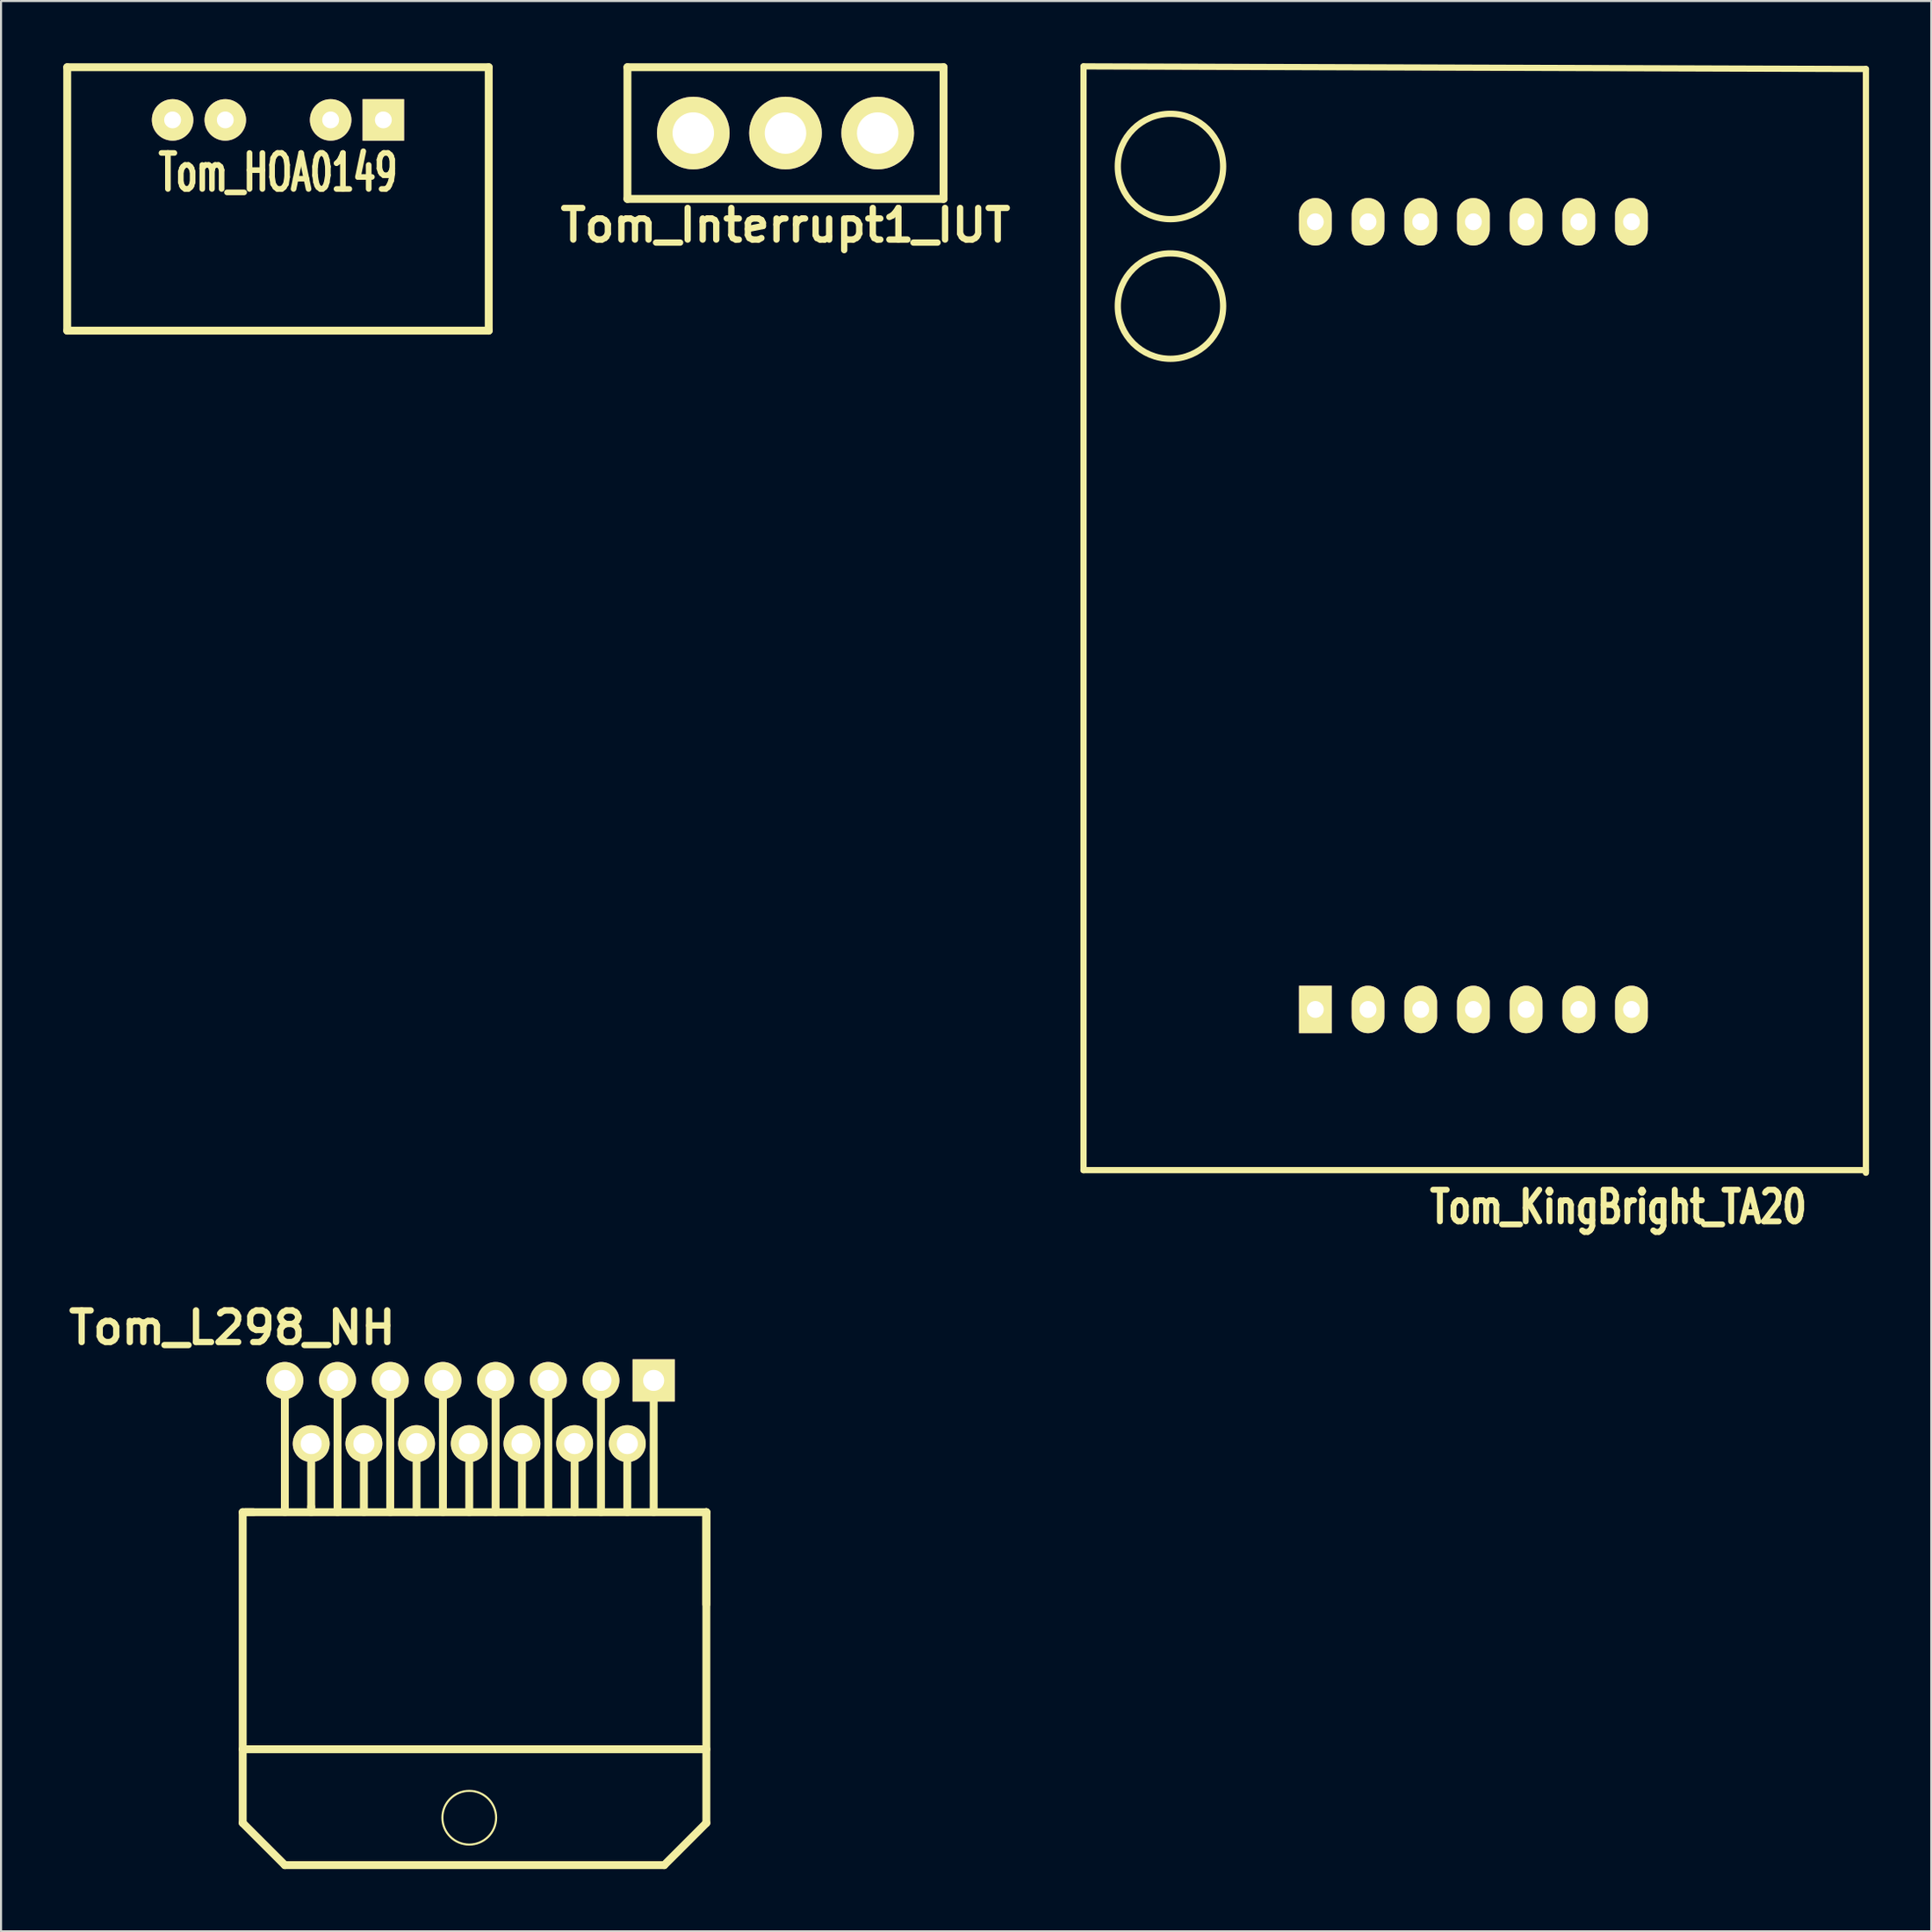
<source format=kicad_pcb>
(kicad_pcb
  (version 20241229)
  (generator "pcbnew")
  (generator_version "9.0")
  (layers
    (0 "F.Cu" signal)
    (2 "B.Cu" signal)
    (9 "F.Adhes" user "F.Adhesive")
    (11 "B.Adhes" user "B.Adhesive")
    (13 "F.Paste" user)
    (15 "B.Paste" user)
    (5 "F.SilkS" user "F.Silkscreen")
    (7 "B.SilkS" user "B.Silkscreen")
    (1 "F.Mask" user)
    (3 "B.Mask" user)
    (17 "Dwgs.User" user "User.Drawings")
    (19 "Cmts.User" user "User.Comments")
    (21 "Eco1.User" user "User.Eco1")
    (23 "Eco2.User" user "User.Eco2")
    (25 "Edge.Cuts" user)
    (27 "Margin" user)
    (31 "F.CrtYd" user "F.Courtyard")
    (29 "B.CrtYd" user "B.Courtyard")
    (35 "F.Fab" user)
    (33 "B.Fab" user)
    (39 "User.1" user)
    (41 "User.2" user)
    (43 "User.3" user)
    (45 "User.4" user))
  (footprint "Tom_Interrupt1_IUT"
    (layer "F.Cu")
    (at 34.819 6.54)
    (property "Reference" "Tom_Interrupt1_IUT" (at 0 1.27 0) (layer "F.SilkS") (effects (font (size 1.524 1.524) (thickness 0.305))))
    (attr through_hole)
    (fp_line (start -7.62 -6.35) (end -7.62 0) (stroke (width 0.381) (type solid)) (layer "F.SilkS"))
    (fp_line (start -7.62 0) (end 7.62 0) (stroke (width 0.381) (type solid)) (layer "F.SilkS"))
    (fp_line (start 7.62 -6.35) (end -7.62 -6.35) (stroke (width 0.381) (type solid)) (layer "F.SilkS"))
    (fp_line (start 7.62 0) (end 7.62 -6.35) (stroke (width 0.381) (type solid)) (layer "F.SilkS"))
    (pad "1" thru_hole circle (at 0 -3.175) (size 3.5 3.5) (drill 1.999) (layers "*.Cu" "*.Mask" "F.SilkS"))
    (pad "2" thru_hole circle (at -4.445 -3.175) (size 3.5 3.5) (drill 1.999) (layers "*.Cu" "*.Mask" "F.SilkS"))
    (pad "3" thru_hole circle (at 4.445 -3.175) (size 3.5 3.5) (drill 1.999) (layers "*.Cu" "*.Mask" "F.SilkS")))
  (footprint "Tom_L298_NH"
    (layer "F.Cu")
    (at 19.573 66.04)
    (property "Reference" "Tom_L298_NH" (at -11.43 -5.08 0) (layer "F.SilkS") (effects (font (size 1.524 1.524) (thickness 0.305))))
    (attr through_hole)
    (fp_line (start -10.922 3.81) (end -10.922 18.796) (stroke (width 0.381) (type solid)) (layer "F.SilkS"))
    (fp_line (start -10.922 3.81) (end -10.414 3.81) (stroke (width 0.381) (type solid)) (layer "F.SilkS"))
    (fp_line (start -10.922 15.24) (end 11.43 15.24) (stroke (width 0.381) (type solid)) (layer "F.SilkS"))
    (fp_line (start -10.795 3.81) (end 11.43 3.81) (stroke (width 0.381) (type solid)) (layer "F.SilkS"))
    (fp_line (start -8.89 3.81) (end -8.89 -2.54) (stroke (width 0.381) (type solid)) (layer "F.SilkS"))
    (fp_line (start -8.89 20.828) (end -10.922 18.796) (stroke (width 0.381) (type solid)) (layer "F.SilkS"))
    (fp_line (start -8.89 20.828) (end 9.398 20.828) (stroke (width 0.381) (type solid)) (layer "F.SilkS"))
    (fp_line (start -7.62 0.508) (end -7.62 3.556) (stroke (width 0.381) (type solid)) (layer "F.SilkS"))
    (fp_line (start -7.62 3.556) (end -7.62 3.81) (stroke (width 0.381) (type solid)) (layer "F.SilkS"))
    (fp_line (start -6.35 -2.54) (end -6.35 3.81) (stroke (width 0.381) (type solid)) (layer "F.SilkS"))
    (fp_line (start -5.08 0.508) (end -5.08 3.81) (stroke (width 0.381) (type solid)) (layer "F.SilkS"))
    (fp_line (start -3.81 -2.54) (end -3.81 3.81) (stroke (width 0.381) (type solid)) (layer "F.SilkS"))
    (fp_line (start -2.54 0.508) (end -2.54 3.81) (stroke (width 0.381) (type solid)) (layer "F.SilkS"))
    (fp_line (start -1.27 -2.54) (end -1.27 3.81) (stroke (width 0.381) (type solid)) (layer "F.SilkS"))
    (fp_line (start 0 0.508) (end 0 3.81) (stroke (width 0.381) (type solid)) (layer "F.SilkS"))
    (fp_line (start 1.27 -2.54) (end 1.27 3.81) (stroke (width 0.381) (type solid)) (layer "F.SilkS"))
    (fp_line (start 2.54 0.508) (end 2.54 3.81) (stroke (width 0.381) (type solid)) (layer "F.SilkS"))
    (fp_line (start 3.81 -2.54) (end 3.81 3.81) (stroke (width 0.381) (type solid)) (layer "F.SilkS"))
    (fp_line (start 5.08 0.508) (end 5.08 3.81) (stroke (width 0.381) (type solid)) (layer "F.SilkS"))
    (fp_line (start 6.35 3.81) (end 6.35 -2.54) (stroke (width 0.381) (type solid)) (layer "F.SilkS"))
    (fp_line (start 7.62 0.508) (end 7.62 3.81) (stroke (width 0.381) (type solid)) (layer "F.SilkS"))
    (fp_line (start 8.89 3.81) (end 8.89 -2.54) (stroke (width 0.381) (type solid)) (layer "F.SilkS"))
    (fp_line (start 9.398 20.828) (end 11.43 18.796) (stroke (width 0.381) (type solid)) (layer "F.SilkS"))
    (fp_line (start 11.43 3.81) (end 11.43 8.255) (stroke (width 0.381) (type solid)) (layer "F.SilkS"))
    (fp_line (start 11.43 3.81) (end 11.43 18.796) (stroke (width 0.381) (type solid)) (layer "F.SilkS"))
    (fp_circle (center 0 18.542) (end 1.27 18.288) (stroke (width 0.1) (type solid)) (fill no) (layer "F.SilkS"))
    (pad "1" thru_hole rect (at 8.89 -2.54) (size 2.032 2.032) (drill 1.016) (layers "*.Cu" "*.Mask" "F.SilkS"))
    (pad "2" thru_hole circle (at 7.62 0.508) (size 1.778 1.778) (drill 1.016) (layers "*.Cu" "*.Mask" "F.SilkS"))
    (pad "3" thru_hole circle (at 6.35 -2.54) (size 1.778 1.778) (drill 1.016) (layers "*.Cu" "*.Mask" "F.SilkS"))
    (pad "4" thru_hole circle (at 5.08 0.508) (size 1.778 1.778) (drill 1.016) (layers "*.Cu" "*.Mask" "F.SilkS"))
    (pad "5" thru_hole circle (at 3.81 -2.54) (size 1.778 1.778) (drill 1.016) (layers "*.Cu" "*.Mask" "F.SilkS"))
    (pad "6" thru_hole circle (at 2.54 0.508) (size 1.778 1.778) (drill 1.016) (layers "*.Cu" "*.Mask" "F.SilkS"))
    (pad "7" thru_hole circle (at 1.27 -2.54) (size 1.778 1.778) (drill 1.016) (layers "*.Cu" "*.Mask" "F.SilkS"))
    (pad "8" thru_hole circle (at 0 0.508) (size 1.778 1.778) (drill 1.016) (layers "*.Cu" "*.Mask" "F.SilkS"))
    (pad "9" thru_hole circle (at -1.27 -2.54) (size 1.778 1.778) (drill 1.016) (layers "*.Cu" "*.Mask" "F.SilkS"))
    (pad "10" thru_hole circle (at -2.54 0.508) (size 1.778 1.778) (drill 1.016) (layers "*.Cu" "*.Mask" "F.SilkS"))
    (pad "11" thru_hole circle (at -3.81 -2.54) (size 1.778 1.778) (drill 1.016) (layers "*.Cu" "*.Mask" "F.SilkS"))
    (pad "12" thru_hole circle (at -5.08 0.508) (size 1.778 1.778) (drill 1.016) (layers "*.Cu" "*.Mask" "F.SilkS"))
    (pad "13" thru_hole circle (at -6.35 -2.54) (size 1.778 1.778) (drill 1.016) (layers "*.Cu" "*.Mask" "F.SilkS"))
    (pad "14" thru_hole circle (at -7.62 0.508) (size 1.778 1.778) (drill 1.016) (layers "*.Cu" "*.Mask" "F.SilkS"))
    (pad "15" thru_hole circle (at -8.89 -2.54) (size 1.778 1.778) (drill 1.016) (layers "*.Cu" "*.Mask" "F.SilkS")))
  (footprint "Tom_HOA0149"
    (layer "F.Cu")
    (at 10.351 7.811)
    (property "Reference" "Tom_HOA0149" (at 0 -2.54 0) (layer "F.SilkS") (effects (font (size 1.735 1.087) (thickness 0.272))))
    (attr through_hole)
    (fp_line (start -10.16 -7.62) (end -10.16 5.08) (stroke (width 0.381) (type solid)) (layer "F.SilkS"))
    (fp_line (start -10.16 -7.62) (end 10.16 -7.62) (stroke (width 0.381) (type solid)) (layer "F.SilkS"))
    (fp_line (start 10.16 -7.62) (end 10.16 5.08) (stroke (width 0.381) (type solid)) (layer "F.SilkS"))
    (fp_line (start 10.16 5.08) (end -10.16 5.08) (stroke (width 0.381) (type solid)) (layer "F.SilkS"))
    (pad "1" thru_hole rect (at 5.08 -5.08) (size 1.999 1.999) (drill 0.813) (layers "*.Cu" "*.Mask" "F.SilkS"))
    (pad "2" thru_hole circle (at 2.54 -5.08) (size 1.999 1.999) (drill 0.813) (layers "*.Cu" "*.Mask" "F.SilkS"))
    (pad "3" thru_hole circle (at -2.54 -5.08) (size 1.999 1.999) (drill 0.813) (layers "*.Cu" "*.Mask" "F.SilkS"))
    (pad "4" thru_hole circle (at -5.08 -5.08) (size 1.999 1.999) (drill 0.813) (layers "*.Cu" "*.Mask" "F.SilkS")))
  (footprint "Tom_KingBright_TA20"
    (layer "F.Cu")
    (at 49.187 53.363)
    (property "Reference" "Tom_KingBright_TA20" (at 25.781 1.778 0) (layer "F.SilkS") (effects (font (size 1.524 1.143) (thickness 0.287))))
    (attr through_hole)
    (fp_line (start 0 -53.213) (end 0 0) (stroke (width 0.3) (type solid)) (layer "F.SilkS"))
    (fp_line (start 37.719 -53.086) (end 0 -53.213) (stroke (width 0.3) (type solid)) (layer "F.SilkS"))
    (fp_line (start 37.719 0) (end 0 0) (stroke (width 0.3) (type solid)) (layer "F.SilkS"))
    (fp_line (start 37.719 0.127) (end 37.719 -53.086) (stroke (width 0.3) (type solid)) (layer "F.SilkS"))
    (fp_circle (center 4.191 -48.387) (end 4.191 -50.927) (stroke (width 0.3) (type solid)) (fill no) (layer "F.SilkS"))
    (fp_circle (center 4.191 -41.656) (end 4.191 -44.196) (stroke (width 0.3) (type solid)) (fill no) (layer "F.SilkS"))
    (pad "1" thru_hole rect (at 11.176 -7.747) (size 1.575 2.286) (drill 0.813) (layers "*.Cu" "*.Mask" "F.SilkS"))
    (pad "2" thru_hole oval (at 13.716 -7.747) (size 1.575 2.286) (drill 0.813) (layers "*.Cu" "*.Mask" "F.SilkS"))
    (pad "3" thru_hole oval (at 16.256 -7.747) (size 1.575 2.286) (drill 0.813) (layers "*.Cu" "*.Mask" "F.SilkS"))
    (pad "4" thru_hole oval (at 18.796 -7.747) (size 1.575 2.286) (drill 0.813) (layers "*.Cu" "*.Mask" "F.SilkS"))
    (pad "5" thru_hole oval (at 21.336 -7.747) (size 1.575 2.286) (drill 0.813) (layers "*.Cu" "*.Mask" "F.SilkS"))
    (pad "6" thru_hole oval (at 23.876 -7.747) (size 1.575 2.286) (drill 0.813) (layers "*.Cu" "*.Mask" "F.SilkS"))
    (pad "7" thru_hole oval (at 26.416 -7.747) (size 1.575 2.286) (drill 0.813) (layers "*.Cu" "*.Mask" "F.SilkS"))
    (pad "8" thru_hole oval (at 26.416 -45.72) (size 1.575 2.286) (drill 0.813) (layers "*.Cu" "*.Mask" "F.SilkS"))
    (pad "9" thru_hole oval (at 23.876 -45.72) (size 1.575 2.286) (drill 0.813) (layers "*.Cu" "*.Mask" "F.SilkS"))
    (pad "10" thru_hole oval (at 21.336 -45.72) (size 1.575 2.286) (drill 0.813) (layers "*.Cu" "*.Mask" "F.SilkS"))
    (pad "11" thru_hole oval (at 18.796 -45.72) (size 1.575 2.286) (drill 0.813) (layers "*.Cu" "*.Mask" "F.SilkS"))
    (pad "12" thru_hole oval (at 16.256 -45.72) (size 1.575 2.286) (drill 0.813) (layers "*.Cu" "*.Mask" "F.SilkS"))
    (pad "13" thru_hole oval (at 13.716 -45.72) (size 1.575 2.286) (drill 0.813) (layers "*.Cu" "*.Mask" "F.SilkS"))
    (pad "14" thru_hole oval (at 11.176 -45.72) (size 1.575 2.286) (drill 0.813) (layers "*.Cu" "*.Mask" "F.SilkS")))
  (gr_rect
    (start -3 -3)
    (end 90.056 90.059)
    (stroke (width 0.1) (type default))
    (fill no)
    (layer "Edge.Cuts")))
</source>
